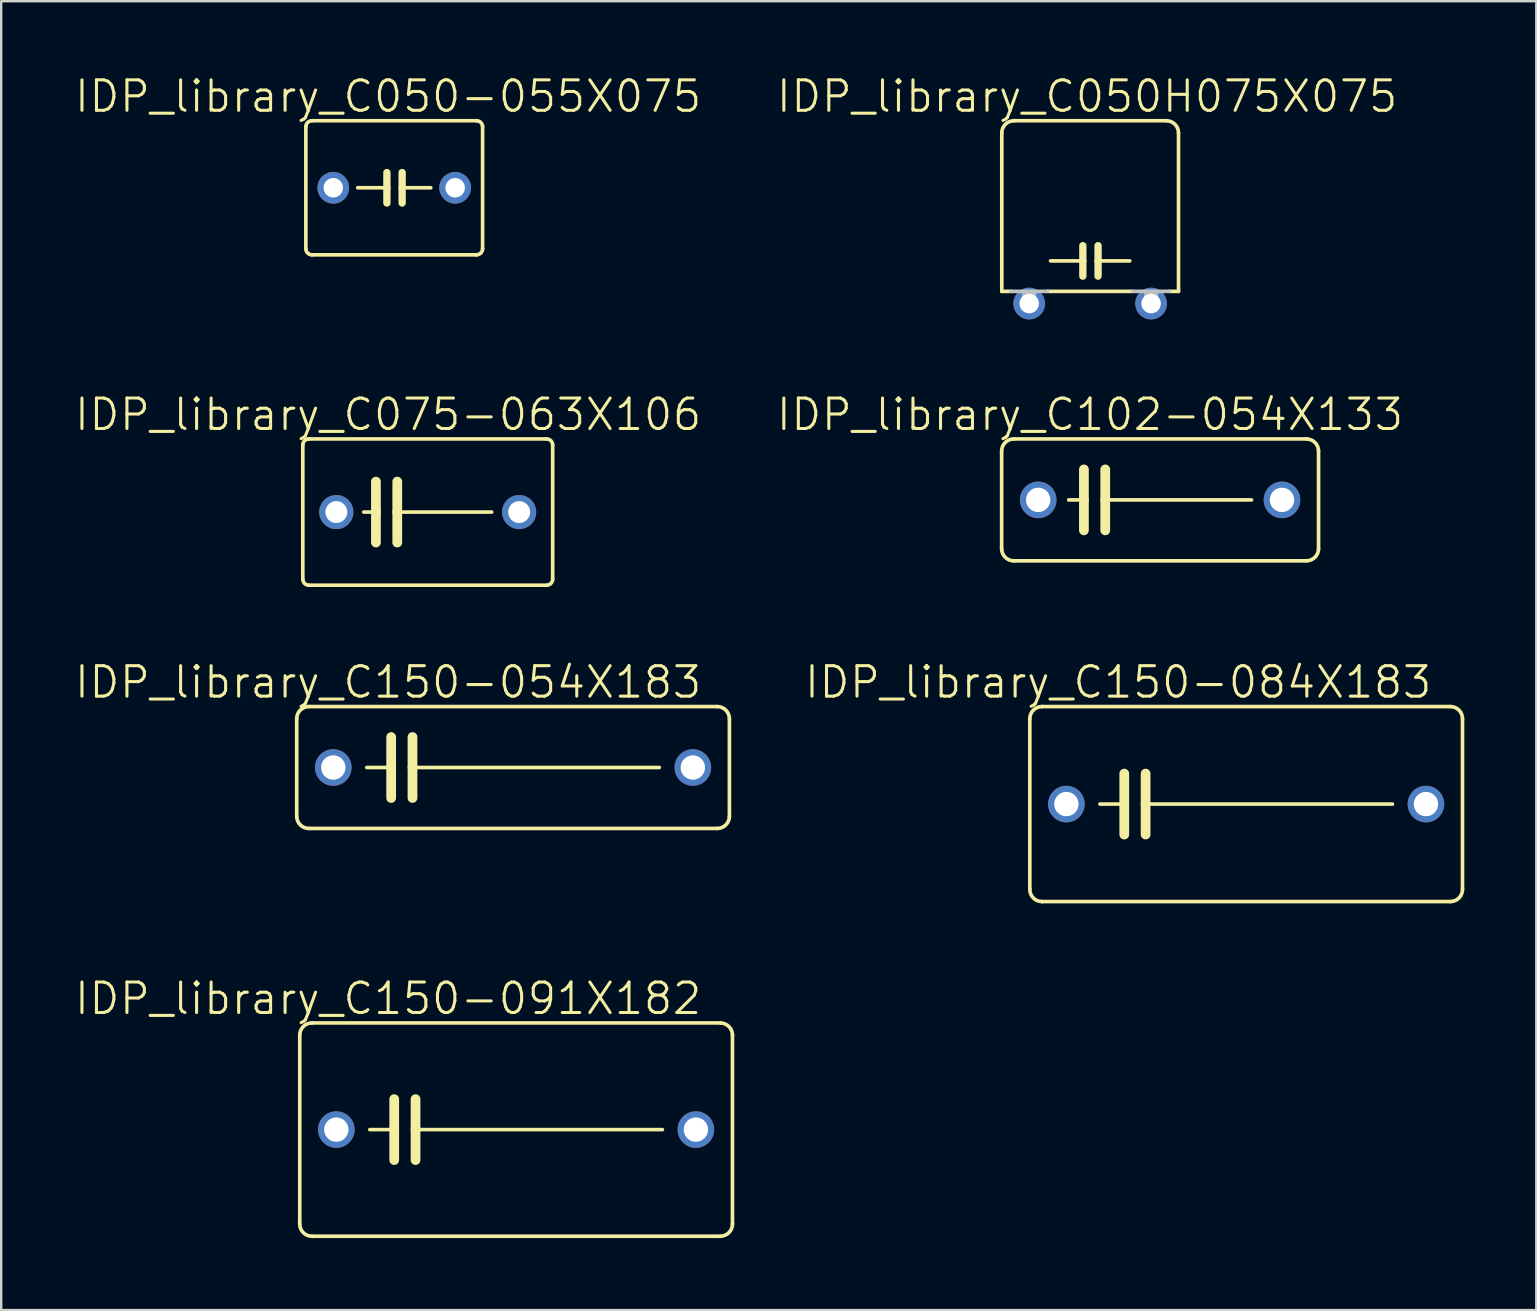
<source format=kicad_pcb>
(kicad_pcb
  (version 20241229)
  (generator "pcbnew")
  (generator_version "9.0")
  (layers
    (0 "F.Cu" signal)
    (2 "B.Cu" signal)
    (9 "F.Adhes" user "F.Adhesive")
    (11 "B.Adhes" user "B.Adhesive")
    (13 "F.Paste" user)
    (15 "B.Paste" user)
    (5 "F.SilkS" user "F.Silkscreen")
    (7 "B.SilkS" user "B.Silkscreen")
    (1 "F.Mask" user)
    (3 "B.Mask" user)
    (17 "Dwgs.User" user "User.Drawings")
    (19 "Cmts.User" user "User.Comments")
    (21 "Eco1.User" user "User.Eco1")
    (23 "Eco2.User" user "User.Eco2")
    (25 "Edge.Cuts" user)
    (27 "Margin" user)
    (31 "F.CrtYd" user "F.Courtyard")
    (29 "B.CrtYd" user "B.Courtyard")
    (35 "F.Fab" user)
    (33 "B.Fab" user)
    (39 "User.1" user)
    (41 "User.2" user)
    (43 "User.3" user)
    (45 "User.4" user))
  (footprint "IDP_library_C150-091X182"
    (layer "F.Cu")
    (at 18.46 44.029)
    (property "Reference" "IDP_library_C150-091X182" (at -5.334 -5.461 0) (layer "F.SilkS") (effects (font (size 1.27 1.27) (thickness 0.127))))
    (attr exclude_from_pos_files exclude_from_bom)
    (fp_line (start -9.017 3.937) (end -9.017 -3.937) (stroke (width 0.152) (type solid)) (layer "F.SilkS"))
    (fp_line (start -8.509 -4.445) (end 8.509 -4.445) (stroke (width 0.152) (type solid)) (layer "F.SilkS"))
    (fp_line (start -5.08 -1.27) (end -5.08 0) (stroke (width 0.406) (type solid)) (layer "F.SilkS"))
    (fp_line (start -5.08 0) (end -6.096 0) (stroke (width 0.152) (type solid)) (layer "F.SilkS"))
    (fp_line (start -5.08 0) (end -5.08 1.27) (stroke (width 0.406) (type solid)) (layer "F.SilkS"))
    (fp_line (start -4.191 -1.27) (end -4.191 0) (stroke (width 0.406) (type solid)) (layer "F.SilkS"))
    (fp_line (start -4.191 0) (end -4.191 1.27) (stroke (width 0.406) (type solid)) (layer "F.SilkS"))
    (fp_line (start -4.191 0) (end 6.096 0) (stroke (width 0.152) (type solid)) (layer "F.SilkS"))
    (fp_line (start 8.509 4.445) (end -8.509 4.445) (stroke (width 0.152) (type solid)) (layer "F.SilkS"))
    (fp_line (start 9.017 -3.937) (end 9.017 3.937) (stroke (width 0.152) (type solid)) (layer "F.SilkS"))
    (fp_arc (start -9.017 -3.937) (mid -8.86821 -4.29621) (end -8.509 -4.445) (stroke (width 0.1524) (type solid)) (layer "F.SilkS"))
    (fp_arc (start -8.509 4.445) (mid -8.86821 4.29621) (end -9.017 3.937) (stroke (width 0.1524) (type solid)) (layer "F.SilkS"))
    (fp_arc (start 8.509 -4.445) (mid 8.86821 -4.29621) (end 9.017 -3.937) (stroke (width 0.1524) (type solid)) (layer "F.SilkS"))
    (fp_arc (start 9.017 3.937) (mid 8.86821 4.29621) (end 8.509 4.445) (stroke (width 0.1524) (type solid)) (layer "F.SilkS"))
    (pad "1" thru_hole circle (at -7.493 0) (size 1.524 1.524) (drill 1.016) (layers "*.Cu" "*.Paste" "*.Mask"))
    (pad "2" thru_hole circle (at 7.493 0) (size 1.524 1.524) (drill 1.016) (layers "*.Cu" "*.Paste" "*.Mask")))
  (footprint "IDP_library_C075-063X106"
    (layer "F.Cu")
    (at 14.777 18.292)
    (property "Reference" "IDP_library_C075-063X106" (at -1.651 -4.064 0) (layer "F.SilkS") (effects (font (size 1.27 1.27) (thickness 0.127))))
    (attr exclude_from_pos_files exclude_from_bom)
    (fp_line (start -5.207 -2.794) (end -5.207 2.794) (stroke (width 0.152) (type solid)) (layer "F.SilkS"))
    (fp_line (start -4.953 3.048) (end 4.953 3.048) (stroke (width 0.152) (type solid)) (layer "F.SilkS"))
    (fp_line (start -2.667 0) (end -2.159 0) (stroke (width 0.152) (type solid)) (layer "F.SilkS"))
    (fp_line (start -2.159 -1.27) (end -2.159 0) (stroke (width 0.406) (type solid)) (layer "F.SilkS"))
    (fp_line (start -2.159 0) (end -2.159 1.27) (stroke (width 0.406) (type solid)) (layer "F.SilkS"))
    (fp_line (start -1.27 -1.27) (end -1.27 0) (stroke (width 0.406) (type solid)) (layer "F.SilkS"))
    (fp_line (start -1.27 0) (end -1.27 1.27) (stroke (width 0.406) (type solid)) (layer "F.SilkS"))
    (fp_line (start -1.27 0) (end 2.667 0) (stroke (width 0.152) (type solid)) (layer "F.SilkS"))
    (fp_line (start 4.953 -3.048) (end -4.953 -3.048) (stroke (width 0.152) (type solid)) (layer "F.SilkS"))
    (fp_line (start 5.207 2.794) (end 5.207 -2.794) (stroke (width 0.152) (type solid)) (layer "F.SilkS"))
    (fp_arc (start -5.207 -2.794) (mid -5.132605 -2.973605) (end -4.953 -3.048) (stroke (width 0.1524) (type solid)) (layer "F.SilkS"))
    (fp_arc (start -4.953 3.048) (mid -5.132605 2.973605) (end -5.207 2.794) (stroke (width 0.1524) (type solid)) (layer "F.SilkS"))
    (fp_arc (start 4.953 -3.048) (mid 5.132605 -2.973605) (end 5.207 -2.794) (stroke (width 0.1524) (type solid)) (layer "F.SilkS"))
    (fp_arc (start 5.207 2.794) (mid 5.132605 2.973605) (end 4.953 3.048) (stroke (width 0.1524) (type solid)) (layer "F.SilkS"))
    (pad "1" thru_hole circle (at -3.81 0) (size 1.422 1.422) (drill 0.914) (layers "*.Cu" "*.Paste" "*.Mask"))
    (pad "2" thru_hole circle (at 3.81 0) (size 1.422 1.422) (drill 0.914) (layers "*.Cu" "*.Paste" "*.Mask")))
  (footprint "IDP_library_C050-055X075"
    (layer "F.Cu")
    (at 13.38 4.776)
    (property "Reference" "IDP_library_C050-055X075" (at -0.254 -3.81 0) (layer "F.SilkS") (effects (font (size 1.27 1.27) (thickness 0.127))))
    (attr exclude_from_pos_files exclude_from_bom)
    (fp_line (start -3.683 -2.54) (end -3.683 2.54) (stroke (width 0.152) (type solid)) (layer "F.SilkS"))
    (fp_line (start -3.429 2.794) (end 3.429 2.794) (stroke (width 0.152) (type solid)) (layer "F.SilkS"))
    (fp_line (start -0.305 -0.635) (end -0.305 0) (stroke (width 0.305) (type solid)) (layer "F.SilkS"))
    (fp_line (start -0.305 0) (end -1.524 0) (stroke (width 0.152) (type solid)) (layer "F.SilkS"))
    (fp_line (start -0.305 0) (end -0.305 0.635) (stroke (width 0.305) (type solid)) (layer "F.SilkS"))
    (fp_line (start 0.33 -0.635) (end 0.33 0) (stroke (width 0.305) (type solid)) (layer "F.SilkS"))
    (fp_line (start 0.33 0) (end 0.33 0.635) (stroke (width 0.305) (type solid)) (layer "F.SilkS"))
    (fp_line (start 0.33 0) (end 1.524 0) (stroke (width 0.152) (type solid)) (layer "F.SilkS"))
    (fp_line (start 3.429 -2.794) (end -3.429 -2.794) (stroke (width 0.152) (type solid)) (layer "F.SilkS"))
    (fp_line (start 3.683 2.54) (end 3.683 -2.54) (stroke (width 0.152) (type solid)) (layer "F.SilkS"))
    (fp_arc (start -3.683 -2.54) (mid -3.608605 -2.719605) (end -3.429 -2.794) (stroke (width 0.1524) (type solid)) (layer "F.SilkS"))
    (fp_arc (start -3.429 2.794) (mid -3.608605 2.719605) (end -3.683 2.54) (stroke (width 0.1524) (type solid)) (layer "F.SilkS"))
    (fp_arc (start 3.429 -2.794) (mid 3.608605 -2.719605) (end 3.683 -2.54) (stroke (width 0.1524) (type solid)) (layer "F.SilkS"))
    (fp_arc (start 3.683 2.54) (mid 3.608605 2.719605) (end 3.429 2.794) (stroke (width 0.1524) (type solid)) (layer "F.SilkS"))
    (pad "1" thru_hole circle (at -2.54 0) (size 1.321 1.321) (drill 0.813) (layers "*.Cu" "*.Paste" "*.Mask"))
    (pad "2" thru_hole circle (at 2.54 0) (size 1.321 1.321) (drill 0.813) (layers "*.Cu" "*.Paste" "*.Mask")))
  (footprint "IDP_library_C150-054X183"
    (layer "F.Cu")
    (at 18.333 28.938)
    (property "Reference" "IDP_library_C150-054X183" (at -5.207 -3.556 0) (layer "F.SilkS") (effects (font (size 1.27 1.27) (thickness 0.127))))
    (attr exclude_from_pos_files exclude_from_bom)
    (fp_line (start -9.017 2.032) (end -9.017 -2.032) (stroke (width 0.152) (type solid)) (layer "F.SilkS"))
    (fp_line (start -8.509 -2.54) (end 8.509 -2.54) (stroke (width 0.152) (type solid)) (layer "F.SilkS"))
    (fp_line (start -5.08 -1.27) (end -5.08 0) (stroke (width 0.406) (type solid)) (layer "F.SilkS"))
    (fp_line (start -5.08 0) (end -6.096 0) (stroke (width 0.152) (type solid)) (layer "F.SilkS"))
    (fp_line (start -5.08 0) (end -5.08 1.27) (stroke (width 0.406) (type solid)) (layer "F.SilkS"))
    (fp_line (start -4.191 -1.27) (end -4.191 0) (stroke (width 0.406) (type solid)) (layer "F.SilkS"))
    (fp_line (start -4.191 0) (end -4.191 1.27) (stroke (width 0.406) (type solid)) (layer "F.SilkS"))
    (fp_line (start -4.191 0) (end 6.096 0) (stroke (width 0.152) (type solid)) (layer "F.SilkS"))
    (fp_line (start 8.509 2.54) (end -8.509 2.54) (stroke (width 0.152) (type solid)) (layer "F.SilkS"))
    (fp_line (start 9.017 -2.032) (end 9.017 2.032) (stroke (width 0.152) (type solid)) (layer "F.SilkS"))
    (fp_arc (start -9.017 -2.032) (mid -8.86821 -2.39121) (end -8.509 -2.54) (stroke (width 0.1524) (type solid)) (layer "F.SilkS"))
    (fp_arc (start -8.509 2.54) (mid -8.86821 2.39121) (end -9.017 2.032) (stroke (width 0.1524) (type solid)) (layer "F.SilkS"))
    (fp_arc (start 8.509 -2.54) (mid 8.86821 -2.39121) (end 9.017 -2.032) (stroke (width 0.1524) (type solid)) (layer "F.SilkS"))
    (fp_arc (start 9.017 2.032) (mid 8.86821 2.39121) (end 8.509 2.54) (stroke (width 0.1524) (type solid)) (layer "F.SilkS"))
    (pad "1" thru_hole circle (at -7.493 0) (size 1.524 1.524) (drill 1.016) (layers "*.Cu" "*.Paste" "*.Mask"))
    (pad "2" thru_hole circle (at 7.493 0) (size 1.524 1.524) (drill 1.016) (layers "*.Cu" "*.Paste" "*.Mask")))
  (footprint "IDP_library_C150-084X183"
    (layer "F.Cu")
    (at 48.887 30.462)
    (property "Reference" "IDP_library_C150-084X183" (at -5.334 -5.08 0) (layer "F.SilkS") (effects (font (size 1.27 1.27) (thickness 0.127))))
    (attr exclude_from_pos_files exclude_from_bom)
    (fp_line (start -9.017 3.556) (end -9.017 -3.556) (stroke (width 0.152) (type solid)) (layer "F.SilkS"))
    (fp_line (start -8.509 -4.064) (end 8.509 -4.064) (stroke (width 0.152) (type solid)) (layer "F.SilkS"))
    (fp_line (start -5.08 -1.27) (end -5.08 0) (stroke (width 0.406) (type solid)) (layer "F.SilkS"))
    (fp_line (start -5.08 0) (end -6.096 0) (stroke (width 0.152) (type solid)) (layer "F.SilkS"))
    (fp_line (start -5.08 0) (end -5.08 1.27) (stroke (width 0.406) (type solid)) (layer "F.SilkS"))
    (fp_line (start -4.191 -1.27) (end -4.191 0) (stroke (width 0.406) (type solid)) (layer "F.SilkS"))
    (fp_line (start -4.191 0) (end -4.191 1.27) (stroke (width 0.406) (type solid)) (layer "F.SilkS"))
    (fp_line (start -4.191 0) (end 6.096 0) (stroke (width 0.152) (type solid)) (layer "F.SilkS"))
    (fp_line (start 8.509 4.064) (end -8.509 4.064) (stroke (width 0.152) (type solid)) (layer "F.SilkS"))
    (fp_line (start 9.017 -3.556) (end 9.017 3.556) (stroke (width 0.152) (type solid)) (layer "F.SilkS"))
    (fp_arc (start -9.017 -3.556) (mid -8.86821 -3.91521) (end -8.509 -4.064) (stroke (width 0.1524) (type solid)) (layer "F.SilkS"))
    (fp_arc (start -8.509 4.064) (mid -8.86821 3.91521) (end -9.017 3.556) (stroke (width 0.1524) (type solid)) (layer "F.SilkS"))
    (fp_arc (start 8.509 -4.064) (mid 8.86821 -3.91521) (end 9.017 -3.556) (stroke (width 0.1524) (type solid)) (layer "F.SilkS"))
    (fp_arc (start 9.017 3.556) (mid 8.86821 3.91521) (end 8.509 4.064) (stroke (width 0.1524) (type solid)) (layer "F.SilkS"))
    (pad "1" thru_hole circle (at -7.493 0) (size 1.524 1.524) (drill 1.016) (layers "*.Cu" "*.Paste" "*.Mask"))
    (pad "2" thru_hole circle (at 7.493 0) (size 1.524 1.524) (drill 1.016) (layers "*.Cu" "*.Paste" "*.Mask")))
  (footprint "IDP_library_C050H075X075"
    (layer "F.Cu")
    (at 42.385 9.602)
    (property "Reference" "IDP_library_C050H075X075" (at -0.127 -8.636 0) (layer "F.SilkS") (effects (font (size 1.27 1.27) (thickness 0.127))))
    (attr exclude_from_pos_files exclude_from_bom)
    (fp_line (start -3.683 -7.112) (end -3.683 -0.508) (stroke (width 0.152) (type solid)) (layer "F.SilkS"))
    (fp_line (start -3.683 -0.508) (end -3.302 -0.508) (stroke (width 0.152) (type solid)) (layer "F.SilkS"))
    (fp_line (start -1.778 -0.508) (end 1.778 -0.508) (stroke (width 0.152) (type solid)) (layer "F.SilkS"))
    (fp_line (start -0.305 -2.413) (end -0.305 -1.778) (stroke (width 0.305) (type solid)) (layer "F.SilkS"))
    (fp_line (start -0.305 -1.778) (end -1.651 -1.778) (stroke (width 0.152) (type solid)) (layer "F.SilkS"))
    (fp_line (start -0.305 -1.778) (end -0.305 -1.143) (stroke (width 0.305) (type solid)) (layer "F.SilkS"))
    (fp_line (start 0.33 -2.413) (end 0.33 -1.778) (stroke (width 0.305) (type solid)) (layer "F.SilkS"))
    (fp_line (start 0.33 -1.778) (end 0.33 -1.143) (stroke (width 0.305) (type solid)) (layer "F.SilkS"))
    (fp_line (start 0.33 -1.778) (end 1.651 -1.778) (stroke (width 0.152) (type solid)) (layer "F.SilkS"))
    (fp_line (start 3.175 -7.62) (end -3.175 -7.62) (stroke (width 0.152) (type solid)) (layer "F.SilkS"))
    (fp_line (start 3.302 -0.508) (end 3.683 -0.508) (stroke (width 0.152) (type solid)) (layer "F.SilkS"))
    (fp_line (start 3.683 -0.508) (end 3.683 -7.112) (stroke (width 0.152) (type solid)) (layer "F.SilkS"))
    (fp_arc (start -3.683 -7.112) (mid -3.53421 -7.47121) (end -3.175 -7.62) (stroke (width 0.1524) (type solid)) (layer "F.SilkS"))
    (fp_arc (start 3.175 -7.62) (mid 3.53421 -7.47121) (end 3.683 -7.112) (stroke (width 0.1524) (type solid)) (layer "F.SilkS"))
    (fp_line (start -3.302 -0.508) (end -1.778 -0.508) (stroke (width 0.152) (type solid)) (layer "Dwgs.User"))
    (fp_line (start -2.794 -0.508) (end -2.286 -0.508) (stroke (width 0.066) (type solid)) (layer "Dwgs.User"))
    (fp_line (start -2.794 -0.127) (end -2.794 -0.508) (stroke (width 0.066) (type solid)) (layer "Dwgs.User"))
    (fp_line (start -2.794 -0.127) (end -2.286 -0.127) (stroke (width 0.066) (type solid)) (layer "Dwgs.User"))
    (fp_line (start -2.54 0) (end -2.54 -0.254) (stroke (width 0.508) (type solid)) (layer "Dwgs.User"))
    (fp_line (start -2.286 -0.127) (end -2.286 -0.508) (stroke (width 0.066) (type solid)) (layer "Dwgs.User"))
    (fp_line (start 1.778 -0.508) (end 3.302 -0.508) (stroke (width 0.152) (type solid)) (layer "Dwgs.User"))
    (fp_line (start 2.286 -0.508) (end 2.794 -0.508) (stroke (width 0.066) (type solid)) (layer "Dwgs.User"))
    (fp_line (start 2.286 -0.127) (end 2.286 -0.508) (stroke (width 0.066) (type solid)) (layer "Dwgs.User"))
    (fp_line (start 2.286 -0.127) (end 2.794 -0.127) (stroke (width 0.066) (type solid)) (layer "Dwgs.User"))
    (fp_line (start 2.54 0) (end 2.54 -0.254) (stroke (width 0.508) (type solid)) (layer "Dwgs.User"))
    (fp_line (start 2.794 -0.127) (end 2.794 -0.508) (stroke (width 0.066) (type solid)) (layer "Dwgs.User"))
    (pad "1" thru_hole circle (at -2.54 0) (size 1.321 1.321) (drill 0.813) (layers "*.Cu" "*.Paste" "*.Mask"))
    (pad "2" thru_hole circle (at 2.54 0) (size 1.321 1.321) (drill 0.813) (layers "*.Cu" "*.Paste" "*.Mask")))
  (footprint "IDP_library_C102-054X133"
    (layer "F.Cu")
    (at 45.3 17.784)
    (property "Reference" "IDP_library_C102-054X133" (at -2.921 -3.556 0) (layer "F.SilkS") (effects (font (size 1.27 1.27) (thickness 0.127))))
    (attr exclude_from_pos_files exclude_from_bom)
    (fp_line (start -6.604 2.032) (end -6.604 -2.032) (stroke (width 0.152) (type solid)) (layer "F.SilkS"))
    (fp_line (start -6.096 -2.54) (end 6.096 -2.54) (stroke (width 0.152) (type solid)) (layer "F.SilkS"))
    (fp_line (start -3.81 0) (end -3.175 0) (stroke (width 0.152) (type solid)) (layer "F.SilkS"))
    (fp_line (start -3.175 -1.27) (end -3.175 0) (stroke (width 0.406) (type solid)) (layer "F.SilkS"))
    (fp_line (start -3.175 0) (end -3.175 1.27) (stroke (width 0.406) (type solid)) (layer "F.SilkS"))
    (fp_line (start -2.286 -1.27) (end -2.286 0) (stroke (width 0.406) (type solid)) (layer "F.SilkS"))
    (fp_line (start -2.286 0) (end -2.286 1.27) (stroke (width 0.406) (type solid)) (layer "F.SilkS"))
    (fp_line (start 3.81 0) (end -2.286 0) (stroke (width 0.152) (type solid)) (layer "F.SilkS"))
    (fp_line (start 6.096 2.54) (end -6.096 2.54) (stroke (width 0.152) (type solid)) (layer "F.SilkS"))
    (fp_line (start 6.604 -2.032) (end 6.604 2.032) (stroke (width 0.152) (type solid)) (layer "F.SilkS"))
    (fp_arc (start -6.604 -2.032) (mid -6.45521 -2.39121) (end -6.096 -2.54) (stroke (width 0.1524) (type solid)) (layer "F.SilkS"))
    (fp_arc (start -6.096 2.54) (mid -6.45521 2.39121) (end -6.604 2.032) (stroke (width 0.1524) (type solid)) (layer "F.SilkS"))
    (fp_arc (start 6.096 -2.54) (mid 6.45521 -2.39121) (end 6.604 -2.032) (stroke (width 0.1524) (type solid)) (layer "F.SilkS"))
    (fp_arc (start 6.604 2.032) (mid 6.45521 2.39121) (end 6.096 2.54) (stroke (width 0.1524) (type solid)) (layer "F.SilkS"))
    (pad "1" thru_hole circle (at -5.08 0) (size 1.524 1.524) (drill 1.016) (layers "*.Cu" "*.Paste" "*.Mask"))
    (pad "2" thru_hole circle (at 5.08 0) (size 1.524 1.524) (drill 1.016) (layers "*.Cu" "*.Paste" "*.Mask")))
  (gr_rect
    (start -3 -3)
    (end 60.98 51.55)
    (stroke (width 0.1) (type default))
    (fill no)
    (layer "Edge.Cuts")))
</source>
